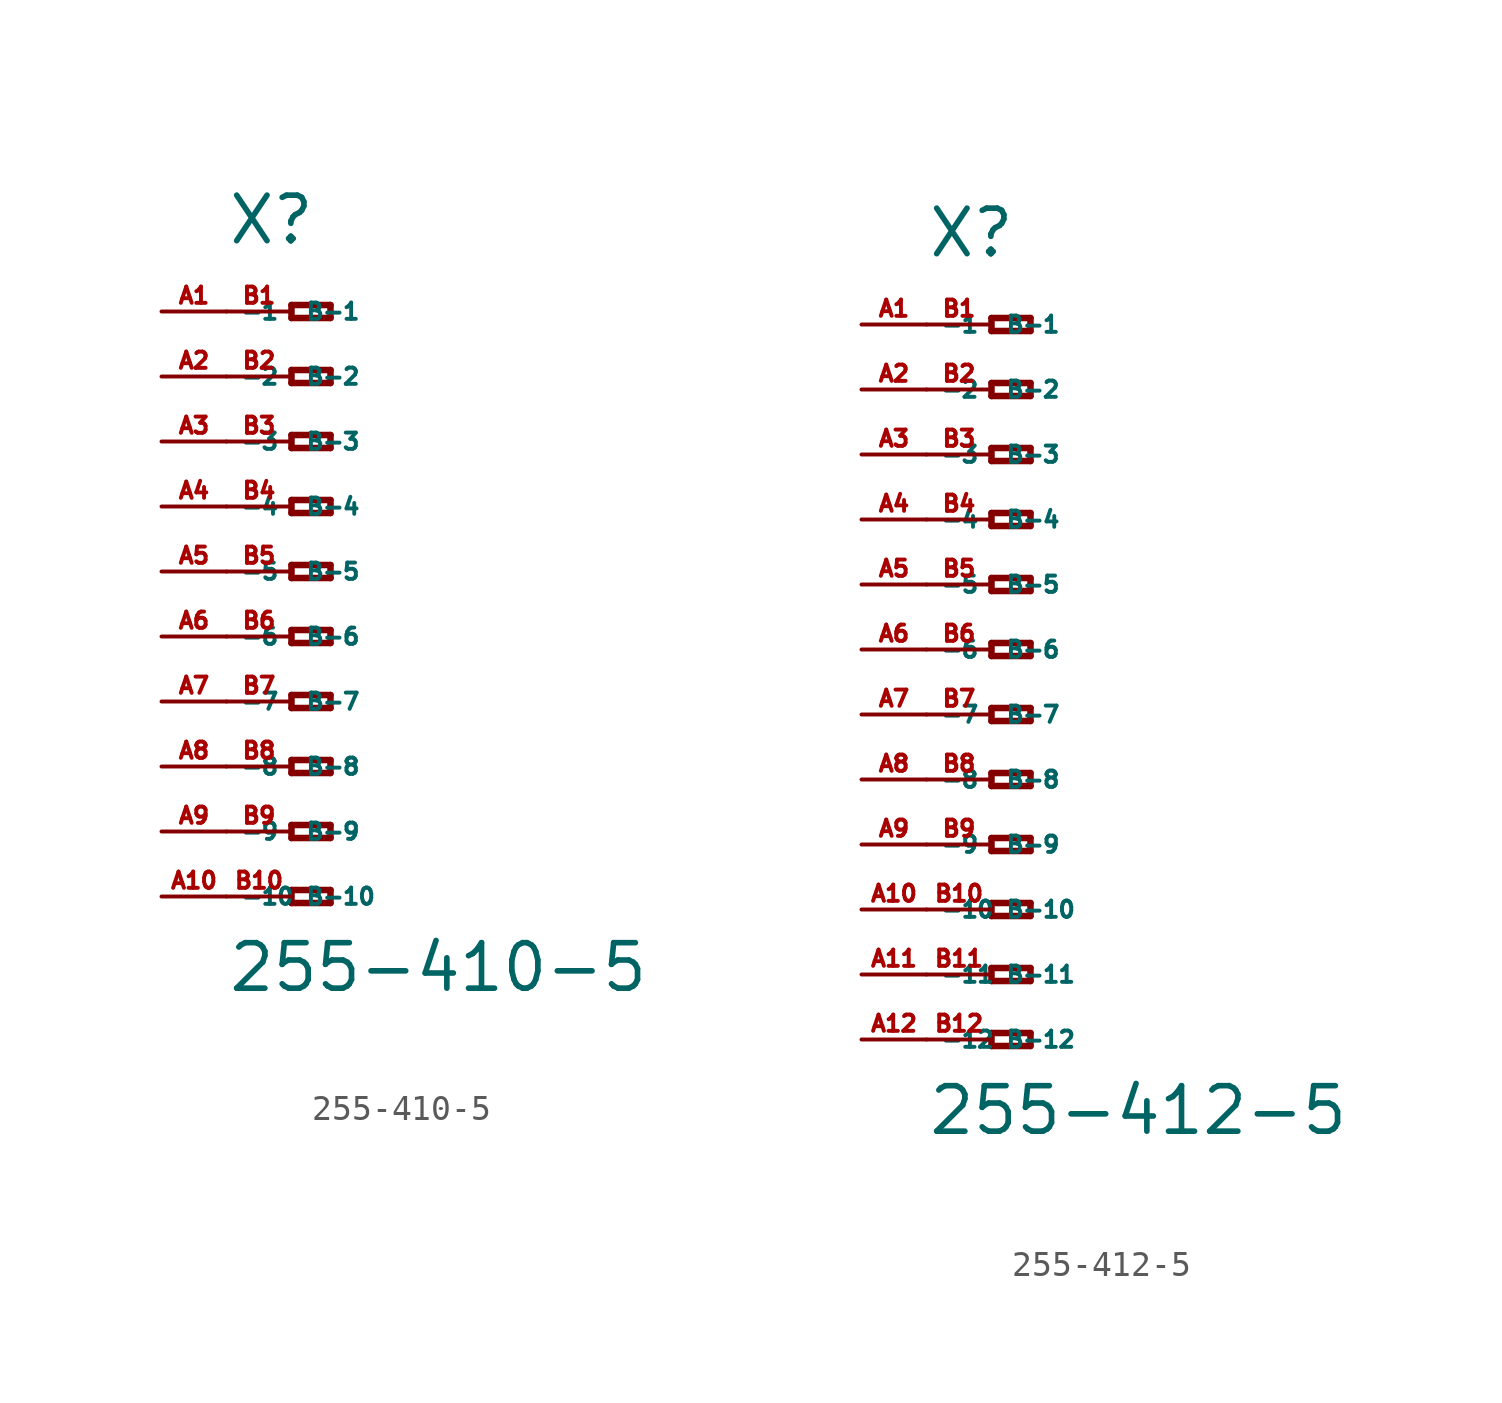
<source format=kicad_sym>
(kicad_symbol_lib
  (version 20220914)
  (generator Eagle2Kicad)
  (symbol "255-410-5"
    (property "Reference" "X"
      (at -5.08 12.7 0)
      (effects (font (size 1.778 1.778) (thickness 0.22)) (justify left bottom)))
    (property "Value" "255-410-5"
      (at -5.08 -16.51 0)
      (effects (font (size 1.778 1.778) (thickness 0.22)) (justify left bottom)))
    (polyline
      (pts (xy -2.54 10.414) (xy -2.54 9.906))
      (stroke (width 0.254) (type default))
      (fill (type none)))
    (polyline
      (pts (xy -2.54 9.906) (xy -1.016 9.906))
      (stroke (width 0.254) (type default))
      (fill (type none)))
    (polyline
      (pts (xy -1.016 9.906) (xy -1.016 10.414))
      (stroke (width 0.254) (type default))
      (fill (type none)))
    (polyline
      (pts (xy -1.016 10.414) (xy -2.54 10.414))
      (stroke (width 0.254) (type default))
      (fill (type none)))
    (polyline
      (pts (xy -2.54 7.874) (xy -2.54 7.366))
      (stroke (width 0.254) (type default))
      (fill (type none)))
    (polyline
      (pts (xy -2.54 7.366) (xy -1.016 7.366))
      (stroke (width 0.254) (type default))
      (fill (type none)))
    (polyline
      (pts (xy -1.016 7.366) (xy -1.016 7.874))
      (stroke (width 0.254) (type default))
      (fill (type none)))
    (polyline
      (pts (xy -1.016 7.874) (xy -2.54 7.874))
      (stroke (width 0.254) (type default))
      (fill (type none)))
    (polyline
      (pts (xy -2.54 5.334) (xy -2.54 4.826))
      (stroke (width 0.254) (type default))
      (fill (type none)))
    (polyline
      (pts (xy -2.54 4.826) (xy -1.016 4.826))
      (stroke (width 0.254) (type default))
      (fill (type none)))
    (polyline
      (pts (xy -1.016 4.826) (xy -1.016 5.334))
      (stroke (width 0.254) (type default))
      (fill (type none)))
    (polyline
      (pts (xy -1.016 5.334) (xy -2.54 5.334))
      (stroke (width 0.254) (type default))
      (fill (type none)))
    (polyline
      (pts (xy -2.54 2.794) (xy -2.54 2.286))
      (stroke (width 0.254) (type default))
      (fill (type none)))
    (polyline
      (pts (xy -2.54 2.286) (xy -1.016 2.286))
      (stroke (width 0.254) (type default))
      (fill (type none)))
    (polyline
      (pts (xy -1.016 2.286) (xy -1.016 2.794))
      (stroke (width 0.254) (type default))
      (fill (type none)))
    (polyline
      (pts (xy -1.016 2.794) (xy -2.54 2.794))
      (stroke (width 0.254) (type default))
      (fill (type none)))
    (polyline
      (pts (xy -2.54 0.254) (xy -2.54 -0.254))
      (stroke (width 0.254) (type default))
      (fill (type none)))
    (polyline
      (pts (xy -2.54 -0.254) (xy -1.016 -0.254))
      (stroke (width 0.254) (type default))
      (fill (type none)))
    (polyline
      (pts (xy -1.016 -0.254) (xy -1.016 0.254))
      (stroke (width 0.254) (type default))
      (fill (type none)))
    (polyline
      (pts (xy -1.016 0.254) (xy -2.54 0.254))
      (stroke (width 0.254) (type default))
      (fill (type none)))
    (polyline
      (pts (xy -2.54 -2.286) (xy -2.54 -2.794))
      (stroke (width 0.254) (type default))
      (fill (type none)))
    (polyline
      (pts (xy -2.54 -2.794) (xy -1.016 -2.794))
      (stroke (width 0.254) (type default))
      (fill (type none)))
    (polyline
      (pts (xy -1.016 -2.794) (xy -1.016 -2.286))
      (stroke (width 0.254) (type default))
      (fill (type none)))
    (polyline
      (pts (xy -1.016 -2.286) (xy -2.54 -2.286))
      (stroke (width 0.254) (type default))
      (fill (type none)))
    (polyline
      (pts (xy -2.54 -4.826) (xy -2.54 -5.334))
      (stroke (width 0.254) (type default))
      (fill (type none)))
    (polyline
      (pts (xy -2.54 -5.334) (xy -1.016 -5.334))
      (stroke (width 0.254) (type default))
      (fill (type none)))
    (polyline
      (pts (xy -1.016 -5.334) (xy -1.016 -4.826))
      (stroke (width 0.254) (type default))
      (fill (type none)))
    (polyline
      (pts (xy -1.016 -4.826) (xy -2.54 -4.826))
      (stroke (width 0.254) (type default))
      (fill (type none)))
    (polyline
      (pts (xy -2.54 -7.366) (xy -2.54 -7.874))
      (stroke (width 0.254) (type default))
      (fill (type none)))
    (polyline
      (pts (xy -2.54 -7.874) (xy -1.016 -7.874))
      (stroke (width 0.254) (type default))
      (fill (type none)))
    (polyline
      (pts (xy -1.016 -7.874) (xy -1.016 -7.366))
      (stroke (width 0.254) (type default))
      (fill (type none)))
    (polyline
      (pts (xy -1.016 -7.366) (xy -2.54 -7.366))
      (stroke (width 0.254) (type default))
      (fill (type none)))
    (polyline
      (pts (xy -2.54 -9.906) (xy -2.54 -10.414))
      (stroke (width 0.254) (type default))
      (fill (type none)))
    (polyline
      (pts (xy -2.54 -10.414) (xy -1.016 -10.414))
      (stroke (width 0.254) (type default))
      (fill (type none)))
    (polyline
      (pts (xy -1.016 -10.414) (xy -1.016 -9.906))
      (stroke (width 0.254) (type default))
      (fill (type none)))
    (polyline
      (pts (xy -1.016 -9.906) (xy -2.54 -9.906))
      (stroke (width 0.254) (type default))
      (fill (type none)))
    (polyline
      (pts (xy -2.54 -12.446) (xy -2.54 -12.954))
      (stroke (width 0.254) (type default))
      (fill (type none)))
    (polyline
      (pts (xy -2.54 -12.954) (xy -1.016 -12.954))
      (stroke (width 0.254) (type default))
      (fill (type none)))
    (polyline
      (pts (xy -1.016 -12.954) (xy -1.016 -12.446))
      (stroke (width 0.254) (type default))
      (fill (type none)))
    (polyline
      (pts (xy -1.016 -12.446) (xy -2.54 -12.446))
      (stroke (width 0.254) (type default))
      (fill (type none)))
    (pin passive line
      (at -7.62 10.16 0)
      (length 2.54)
      (name "-1" (effects (font (size 0.635 0.635) (thickness 0.08)) (justify left bottom)))
      (number "A1" (effects (font (size 0.635 0.635) (thickness 0.08)) (justify left bottom))))
    (pin passive line
      (at -7.62 7.62 0)
      (length 2.54)
      (name "-2" (effects (font (size 0.635 0.635) (thickness 0.08)) (justify left bottom)))
      (number "A2" (effects (font (size 0.635 0.635) (thickness 0.08)) (justify left bottom))))
    (pin passive line
      (at -7.62 5.08 0)
      (length 2.54)
      (name "-3" (effects (font (size 0.635 0.635) (thickness 0.08)) (justify left bottom)))
      (number "A3" (effects (font (size 0.635 0.635) (thickness 0.08)) (justify left bottom))))
    (pin passive line
      (at -7.62 2.54 0)
      (length 2.54)
      (name "-4" (effects (font (size 0.635 0.635) (thickness 0.08)) (justify left bottom)))
      (number "A4" (effects (font (size 0.635 0.635) (thickness 0.08)) (justify left bottom))))
    (pin passive line
      (at -7.62 0 0)
      (length 2.54)
      (name "-5" (effects (font (size 0.635 0.635) (thickness 0.08)) (justify left bottom)))
      (number "A5" (effects (font (size 0.635 0.635) (thickness 0.08)) (justify left bottom))))
    (pin passive line
      (at -7.62 -2.54 0)
      (length 2.54)
      (name "-6" (effects (font (size 0.635 0.635) (thickness 0.08)) (justify left bottom)))
      (number "A6" (effects (font (size 0.635 0.635) (thickness 0.08)) (justify left bottom))))
    (pin passive line
      (at -7.62 -5.08 0)
      (length 2.54)
      (name "-7" (effects (font (size 0.635 0.635) (thickness 0.08)) (justify left bottom)))
      (number "A7" (effects (font (size 0.635 0.635) (thickness 0.08)) (justify left bottom))))
    (pin passive line
      (at -7.62 -7.62 0)
      (length 2.54)
      (name "-8" (effects (font (size 0.635 0.635) (thickness 0.08)) (justify left bottom)))
      (number "A8" (effects (font (size 0.635 0.635) (thickness 0.08)) (justify left bottom))))
    (pin passive line
      (at -7.62 -10.16 0)
      (length 2.54)
      (name "-9" (effects (font (size 0.635 0.635) (thickness 0.08)) (justify left bottom)))
      (number "A9" (effects (font (size 0.635 0.635) (thickness 0.08)) (justify left bottom))))
    (pin passive line
      (at -7.62 -12.7 0)
      (length 2.54)
      (name "-10" (effects (font (size 0.635 0.635) (thickness 0.08)) (justify left bottom)))
      (number "A10" (effects (font (size 0.635 0.635) (thickness 0.08)) (justify left bottom))))
    (pin passive line
      (at -5.08 -12.7 0)
      (length 2.54)
      (name "B-10" (effects (font (size 0.635 0.635) (thickness 0.08)) (justify left bottom)))
      (number "B10" (effects (font (size 0.635 0.635) (thickness 0.08)) (justify left bottom))))
    (pin passive line
      (at -5.08 10.16 0)
      (length 2.54)
      (name "B-1" (effects (font (size 0.635 0.635) (thickness 0.08)) (justify left bottom)))
      (number "B1" (effects (font (size 0.635 0.635) (thickness 0.08)) (justify left bottom))))
    (pin passive line
      (at -5.08 7.62 0)
      (length 2.54)
      (name "B-2" (effects (font (size 0.635 0.635) (thickness 0.08)) (justify left bottom)))
      (number "B2" (effects (font (size 0.635 0.635) (thickness 0.08)) (justify left bottom))))
    (pin passive line
      (at -5.08 5.08 0)
      (length 2.54)
      (name "B-3" (effects (font (size 0.635 0.635) (thickness 0.08)) (justify left bottom)))
      (number "B3" (effects (font (size 0.635 0.635) (thickness 0.08)) (justify left bottom))))
    (pin passive line
      (at -5.08 2.54 0)
      (length 2.54)
      (name "B-4" (effects (font (size 0.635 0.635) (thickness 0.08)) (justify left bottom)))
      (number "B4" (effects (font (size 0.635 0.635) (thickness 0.08)) (justify left bottom))))
    (pin passive line
      (at -5.08 0 0)
      (length 2.54)
      (name "B-5" (effects (font (size 0.635 0.635) (thickness 0.08)) (justify left bottom)))
      (number "B5" (effects (font (size 0.635 0.635) (thickness 0.08)) (justify left bottom))))
    (pin passive line
      (at -5.08 -2.54 0)
      (length 2.54)
      (name "B-6" (effects (font (size 0.635 0.635) (thickness 0.08)) (justify left bottom)))
      (number "B6" (effects (font (size 0.635 0.635) (thickness 0.08)) (justify left bottom))))
    (pin passive line
      (at -5.08 -5.08 0)
      (length 2.54)
      (name "B-7" (effects (font (size 0.635 0.635) (thickness 0.08)) (justify left bottom)))
      (number "B7" (effects (font (size 0.635 0.635) (thickness 0.08)) (justify left bottom))))
    (pin passive line
      (at -5.08 -7.62 0)
      (length 2.54)
      (name "B-8" (effects (font (size 0.635 0.635) (thickness 0.08)) (justify left bottom)))
      (number "B8" (effects (font (size 0.635 0.635) (thickness 0.08)) (justify left bottom))))
    (pin passive line
      (at -5.08 -10.16 0)
      (length 2.54)
      (name "B-9" (effects (font (size 0.635 0.635) (thickness 0.08)) (justify left bottom)))
      (number "B9" (effects (font (size 0.635 0.635) (thickness 0.08)) (justify left bottom)))))
  (symbol "255-412-5"
    (property "Reference" "X"
      (at -5.08 15.24 0)
      (effects (font (size 1.778 1.778) (thickness 0.22)) (justify left bottom)))
    (property "Value" "255-412-5"
      (at -5.08 -19.05 0)
      (effects (font (size 1.778 1.778) (thickness 0.22)) (justify left bottom)))
    (polyline
      (pts (xy -2.54 12.954) (xy -2.54 12.446))
      (stroke (width 0.254) (type default))
      (fill (type none)))
    (polyline
      (pts (xy -2.54 12.446) (xy -1.016 12.446))
      (stroke (width 0.254) (type default))
      (fill (type none)))
    (polyline
      (pts (xy -1.016 12.446) (xy -1.016 12.954))
      (stroke (width 0.254) (type default))
      (fill (type none)))
    (polyline
      (pts (xy -1.016 12.954) (xy -2.54 12.954))
      (stroke (width 0.254) (type default))
      (fill (type none)))
    (polyline
      (pts (xy -2.54 10.414) (xy -2.54 9.906))
      (stroke (width 0.254) (type default))
      (fill (type none)))
    (polyline
      (pts (xy -2.54 9.906) (xy -1.016 9.906))
      (stroke (width 0.254) (type default))
      (fill (type none)))
    (polyline
      (pts (xy -1.016 9.906) (xy -1.016 10.414))
      (stroke (width 0.254) (type default))
      (fill (type none)))
    (polyline
      (pts (xy -1.016 10.414) (xy -2.54 10.414))
      (stroke (width 0.254) (type default))
      (fill (type none)))
    (polyline
      (pts (xy -2.54 7.874) (xy -2.54 7.366))
      (stroke (width 0.254) (type default))
      (fill (type none)))
    (polyline
      (pts (xy -2.54 7.366) (xy -1.016 7.366))
      (stroke (width 0.254) (type default))
      (fill (type none)))
    (polyline
      (pts (xy -1.016 7.366) (xy -1.016 7.874))
      (stroke (width 0.254) (type default))
      (fill (type none)))
    (polyline
      (pts (xy -1.016 7.874) (xy -2.54 7.874))
      (stroke (width 0.254) (type default))
      (fill (type none)))
    (polyline
      (pts (xy -2.54 5.334) (xy -2.54 4.826))
      (stroke (width 0.254) (type default))
      (fill (type none)))
    (polyline
      (pts (xy -2.54 4.826) (xy -1.016 4.826))
      (stroke (width 0.254) (type default))
      (fill (type none)))
    (polyline
      (pts (xy -1.016 4.826) (xy -1.016 5.334))
      (stroke (width 0.254) (type default))
      (fill (type none)))
    (polyline
      (pts (xy -1.016 5.334) (xy -2.54 5.334))
      (stroke (width 0.254) (type default))
      (fill (type none)))
    (polyline
      (pts (xy -2.54 2.794) (xy -2.54 2.286))
      (stroke (width 0.254) (type default))
      (fill (type none)))
    (polyline
      (pts (xy -2.54 2.286) (xy -1.016 2.286))
      (stroke (width 0.254) (type default))
      (fill (type none)))
    (polyline
      (pts (xy -1.016 2.286) (xy -1.016 2.794))
      (stroke (width 0.254) (type default))
      (fill (type none)))
    (polyline
      (pts (xy -1.016 2.794) (xy -2.54 2.794))
      (stroke (width 0.254) (type default))
      (fill (type none)))
    (polyline
      (pts (xy -2.54 0.254) (xy -2.54 -0.254))
      (stroke (width 0.254) (type default))
      (fill (type none)))
    (polyline
      (pts (xy -2.54 -0.254) (xy -1.016 -0.254))
      (stroke (width 0.254) (type default))
      (fill (type none)))
    (polyline
      (pts (xy -1.016 -0.254) (xy -1.016 0.254))
      (stroke (width 0.254) (type default))
      (fill (type none)))
    (polyline
      (pts (xy -1.016 0.254) (xy -2.54 0.254))
      (stroke (width 0.254) (type default))
      (fill (type none)))
    (polyline
      (pts (xy -2.54 -2.286) (xy -2.54 -2.794))
      (stroke (width 0.254) (type default))
      (fill (type none)))
    (polyline
      (pts (xy -2.54 -2.794) (xy -1.016 -2.794))
      (stroke (width 0.254) (type default))
      (fill (type none)))
    (polyline
      (pts (xy -1.016 -2.794) (xy -1.016 -2.286))
      (stroke (width 0.254) (type default))
      (fill (type none)))
    (polyline
      (pts (xy -1.016 -2.286) (xy -2.54 -2.286))
      (stroke (width 0.254) (type default))
      (fill (type none)))
    (polyline
      (pts (xy -2.54 -4.826) (xy -2.54 -5.334))
      (stroke (width 0.254) (type default))
      (fill (type none)))
    (polyline
      (pts (xy -2.54 -5.334) (xy -1.016 -5.334))
      (stroke (width 0.254) (type default))
      (fill (type none)))
    (polyline
      (pts (xy -1.016 -5.334) (xy -1.016 -4.826))
      (stroke (width 0.254) (type default))
      (fill (type none)))
    (polyline
      (pts (xy -1.016 -4.826) (xy -2.54 -4.826))
      (stroke (width 0.254) (type default))
      (fill (type none)))
    (polyline
      (pts (xy -2.54 -7.366) (xy -2.54 -7.874))
      (stroke (width 0.254) (type default))
      (fill (type none)))
    (polyline
      (pts (xy -2.54 -7.874) (xy -1.016 -7.874))
      (stroke (width 0.254) (type default))
      (fill (type none)))
    (polyline
      (pts (xy -1.016 -7.874) (xy -1.016 -7.366))
      (stroke (width 0.254) (type default))
      (fill (type none)))
    (polyline
      (pts (xy -1.016 -7.366) (xy -2.54 -7.366))
      (stroke (width 0.254) (type default))
      (fill (type none)))
    (polyline
      (pts (xy -2.54 -9.906) (xy -2.54 -10.414))
      (stroke (width 0.254) (type default))
      (fill (type none)))
    (polyline
      (pts (xy -2.54 -10.414) (xy -1.016 -10.414))
      (stroke (width 0.254) (type default))
      (fill (type none)))
    (polyline
      (pts (xy -1.016 -10.414) (xy -1.016 -9.906))
      (stroke (width 0.254) (type default))
      (fill (type none)))
    (polyline
      (pts (xy -1.016 -9.906) (xy -2.54 -9.906))
      (stroke (width 0.254) (type default))
      (fill (type none)))
    (polyline
      (pts (xy -2.54 -12.446) (xy -2.54 -12.954))
      (stroke (width 0.254) (type default))
      (fill (type none)))
    (polyline
      (pts (xy -2.54 -12.954) (xy -1.016 -12.954))
      (stroke (width 0.254) (type default))
      (fill (type none)))
    (polyline
      (pts (xy -1.016 -12.954) (xy -1.016 -12.446))
      (stroke (width 0.254) (type default))
      (fill (type none)))
    (polyline
      (pts (xy -1.016 -12.446) (xy -2.54 -12.446))
      (stroke (width 0.254) (type default))
      (fill (type none)))
    (polyline
      (pts (xy -2.54 -14.986) (xy -2.54 -15.494))
      (stroke (width 0.254) (type default))
      (fill (type none)))
    (polyline
      (pts (xy -2.54 -15.494) (xy -1.016 -15.494))
      (stroke (width 0.254) (type default))
      (fill (type none)))
    (polyline
      (pts (xy -1.016 -15.494) (xy -1.016 -14.986))
      (stroke (width 0.254) (type default))
      (fill (type none)))
    (polyline
      (pts (xy -1.016 -14.986) (xy -2.54 -14.986))
      (stroke (width 0.254) (type default))
      (fill (type none)))
    (pin passive line
      (at -7.62 12.7 0)
      (length 2.54)
      (name "-1" (effects (font (size 0.635 0.635) (thickness 0.08)) (justify left bottom)))
      (number "A1" (effects (font (size 0.635 0.635) (thickness 0.08)) (justify left bottom))))
    (pin passive line
      (at -7.62 10.16 0)
      (length 2.54)
      (name "-2" (effects (font (size 0.635 0.635) (thickness 0.08)) (justify left bottom)))
      (number "A2" (effects (font (size 0.635 0.635) (thickness 0.08)) (justify left bottom))))
    (pin passive line
      (at -7.62 7.62 0)
      (length 2.54)
      (name "-3" (effects (font (size 0.635 0.635) (thickness 0.08)) (justify left bottom)))
      (number "A3" (effects (font (size 0.635 0.635) (thickness 0.08)) (justify left bottom))))
    (pin passive line
      (at -7.62 5.08 0)
      (length 2.54)
      (name "-4" (effects (font (size 0.635 0.635) (thickness 0.08)) (justify left bottom)))
      (number "A4" (effects (font (size 0.635 0.635) (thickness 0.08)) (justify left bottom))))
    (pin passive line
      (at -7.62 2.54 0)
      (length 2.54)
      (name "-5" (effects (font (size 0.635 0.635) (thickness 0.08)) (justify left bottom)))
      (number "A5" (effects (font (size 0.635 0.635) (thickness 0.08)) (justify left bottom))))
    (pin passive line
      (at -7.62 0 0)
      (length 2.54)
      (name "-6" (effects (font (size 0.635 0.635) (thickness 0.08)) (justify left bottom)))
      (number "A6" (effects (font (size 0.635 0.635) (thickness 0.08)) (justify left bottom))))
    (pin passive line
      (at -7.62 -2.54 0)
      (length 2.54)
      (name "-7" (effects (font (size 0.635 0.635) (thickness 0.08)) (justify left bottom)))
      (number "A7" (effects (font (size 0.635 0.635) (thickness 0.08)) (justify left bottom))))
    (pin passive line
      (at -7.62 -5.08 0)
      (length 2.54)
      (name "-8" (effects (font (size 0.635 0.635) (thickness 0.08)) (justify left bottom)))
      (number "A8" (effects (font (size 0.635 0.635) (thickness 0.08)) (justify left bottom))))
    (pin passive line
      (at -7.62 -7.62 0)
      (length 2.54)
      (name "-9" (effects (font (size 0.635 0.635) (thickness 0.08)) (justify left bottom)))
      (number "A9" (effects (font (size 0.635 0.635) (thickness 0.08)) (justify left bottom))))
    (pin passive line
      (at -7.62 -10.16 0)
      (length 2.54)
      (name "-10" (effects (font (size 0.635 0.635) (thickness 0.08)) (justify left bottom)))
      (number "A10" (effects (font (size 0.635 0.635) (thickness 0.08)) (justify left bottom))))
    (pin passive line
      (at -7.62 -12.7 0)
      (length 2.54)
      (name "-11" (effects (font (size 0.635 0.635) (thickness 0.08)) (justify left bottom)))
      (number "A11" (effects (font (size 0.635 0.635) (thickness 0.08)) (justify left bottom))))
    (pin passive line
      (at -7.62 -15.24 0)
      (length 2.54)
      (name "-12" (effects (font (size 0.635 0.635) (thickness 0.08)) (justify left bottom)))
      (number "A12" (effects (font (size 0.635 0.635) (thickness 0.08)) (justify left bottom))))
    (pin passive line
      (at -5.08 -15.24 0)
      (length 2.54)
      (name "B-12" (effects (font (size 0.635 0.635) (thickness 0.08)) (justify left bottom)))
      (number "B12" (effects (font (size 0.635 0.635) (thickness 0.08)) (justify left bottom))))
    (pin passive line
      (at -5.08 12.7 0)
      (length 2.54)
      (name "B-1" (effects (font (size 0.635 0.635) (thickness 0.08)) (justify left bottom)))
      (number "B1" (effects (font (size 0.635 0.635) (thickness 0.08)) (justify left bottom))))
    (pin passive line
      (at -5.08 10.16 0)
      (length 2.54)
      (name "B-2" (effects (font (size 0.635 0.635) (thickness 0.08)) (justify left bottom)))
      (number "B2" (effects (font (size 0.635 0.635) (thickness 0.08)) (justify left bottom))))
    (pin passive line
      (at -5.08 7.62 0)
      (length 2.54)
      (name "B-3" (effects (font (size 0.635 0.635) (thickness 0.08)) (justify left bottom)))
      (number "B3" (effects (font (size 0.635 0.635) (thickness 0.08)) (justify left bottom))))
    (pin passive line
      (at -5.08 5.08 0)
      (length 2.54)
      (name "B-4" (effects (font (size 0.635 0.635) (thickness 0.08)) (justify left bottom)))
      (number "B4" (effects (font (size 0.635 0.635) (thickness 0.08)) (justify left bottom))))
    (pin passive line
      (at -5.08 2.54 0)
      (length 2.54)
      (name "B-5" (effects (font (size 0.635 0.635) (thickness 0.08)) (justify left bottom)))
      (number "B5" (effects (font (size 0.635 0.635) (thickness 0.08)) (justify left bottom))))
    (pin passive line
      (at -5.08 0 0)
      (length 2.54)
      (name "B-6" (effects (font (size 0.635 0.635) (thickness 0.08)) (justify left bottom)))
      (number "B6" (effects (font (size 0.635 0.635) (thickness 0.08)) (justify left bottom))))
    (pin passive line
      (at -5.08 -2.54 0)
      (length 2.54)
      (name "B-7" (effects (font (size 0.635 0.635) (thickness 0.08)) (justify left bottom)))
      (number "B7" (effects (font (size 0.635 0.635) (thickness 0.08)) (justify left bottom))))
    (pin passive line
      (at -5.08 -5.08 0)
      (length 2.54)
      (name "B-8" (effects (font (size 0.635 0.635) (thickness 0.08)) (justify left bottom)))
      (number "B8" (effects (font (size 0.635 0.635) (thickness 0.08)) (justify left bottom))))
    (pin passive line
      (at -5.08 -7.62 0)
      (length 2.54)
      (name "B-9" (effects (font (size 0.635 0.635) (thickness 0.08)) (justify left bottom)))
      (number "B9" (effects (font (size 0.635 0.635) (thickness 0.08)) (justify left bottom))))
    (pin passive line
      (at -5.08 -10.16 0)
      (length 2.54)
      (name "B-10" (effects (font (size 0.635 0.635) (thickness 0.08)) (justify left bottom)))
      (number "B10" (effects (font (size 0.635 0.635) (thickness 0.08)) (justify left bottom))))
    (pin passive line
      (at -5.08 -12.7 0)
      (length 2.54)
      (name "B-11" (effects (font (size 0.635 0.635) (thickness 0.08)) (justify left bottom)))
      (number "B11" (effects (font (size 0.635 0.635) (thickness 0.08)) (justify left bottom))))))
</source>
